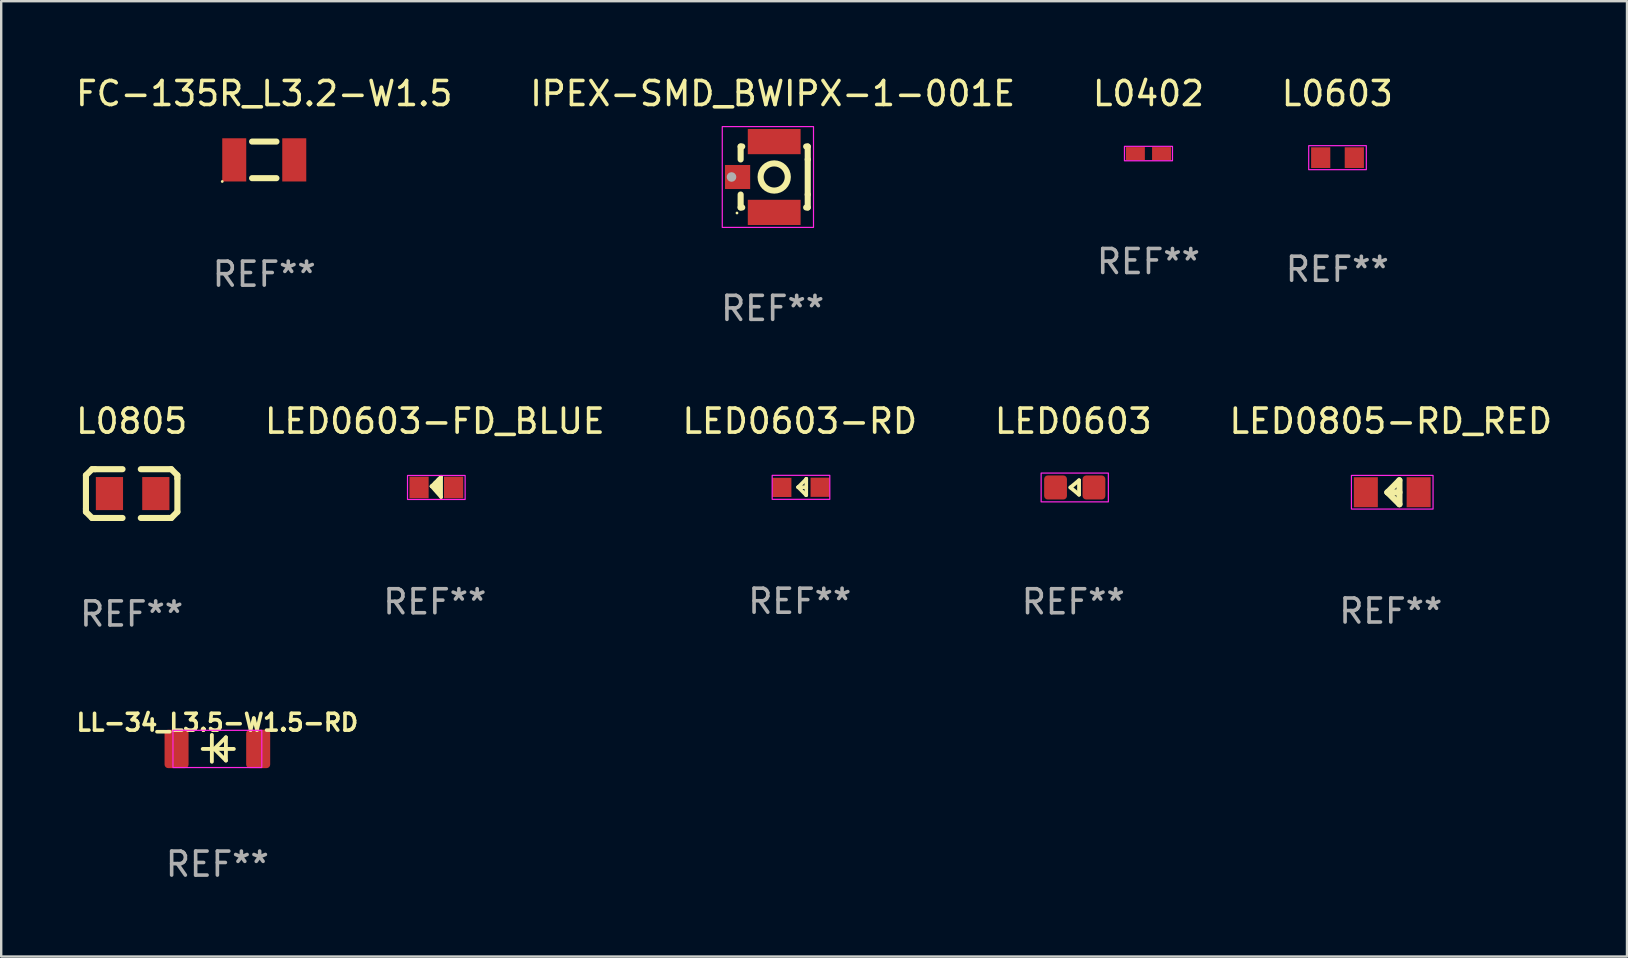
<source format=kicad_pcb>
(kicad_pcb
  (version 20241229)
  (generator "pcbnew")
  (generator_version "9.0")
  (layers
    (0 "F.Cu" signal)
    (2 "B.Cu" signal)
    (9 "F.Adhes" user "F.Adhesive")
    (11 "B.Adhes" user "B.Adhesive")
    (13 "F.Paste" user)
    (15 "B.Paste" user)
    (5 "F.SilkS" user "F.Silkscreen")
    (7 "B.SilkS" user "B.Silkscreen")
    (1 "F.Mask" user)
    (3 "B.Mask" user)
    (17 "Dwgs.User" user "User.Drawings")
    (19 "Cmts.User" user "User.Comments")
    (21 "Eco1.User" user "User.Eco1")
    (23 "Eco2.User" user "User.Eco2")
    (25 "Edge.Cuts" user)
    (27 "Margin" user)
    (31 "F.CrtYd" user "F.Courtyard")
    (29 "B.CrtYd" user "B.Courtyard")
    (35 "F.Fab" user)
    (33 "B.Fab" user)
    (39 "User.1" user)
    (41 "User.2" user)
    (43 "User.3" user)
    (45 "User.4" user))
  (footprint "LED0805-RD_RED"
    (layer "F.Cu")
    (at 54.947 17.455)
    (property "Reference" "LED0805-RD_RED" (at -0.06 -2.96 0) (layer "F.SilkS") (effects (font (size 1 1) (thickness 0.15))))
    (attr through_hole)
    (fp_line (start -0.2 0.005) (end 0.295 -0.495) (stroke (width 0.254) (type solid)) (layer "F.SilkS"))
    (fp_line (start -0.2 0.005) (end 0.3 0.5) (stroke (width 0.254) (type solid)) (layer "F.SilkS"))
    (fp_line (start 0.3 -0.5) (end 0.3 0.5) (stroke (width 0.254) (type solid)) (layer "F.SilkS"))
    (fp_line (start 0.3 0.005) (end -0.2 0.005) (stroke (width 0.254) (type solid)) (layer "F.SilkS"))
    (fp_rect (start -1.7 -0.7) (end 1.7 0.7) (stroke (width 0.05) (type default)) (fill no) (layer "F.CrtYd"))
    (fp_text user "REF**" (at -0.06 4.95 0) (layer "F.Fab") (effects (font (size 1 1) (thickness 0.15))))
    (pad "1" smd rect (at -1.1 -0.000102 180) (size 1 1.25) (layers "F.Cu" "F.Mask" "F.Paste"))
    (pad "2" smd rect (at 1.1 -0.000102 180) (size 1 1.25) (layers "F.Cu" "F.Mask" "F.Paste")))
  (footprint "L0603"
    (layer "F.Cu")
    (at 52.667 3.518)
    (property "Reference" "L0603" (at -0.007 -2.67 0) (layer "F.SilkS") (effects (font (size 1 1) (thickness 0.15))))
    (attr through_hole)
    (fp_rect (start -1.2 -0.5) (end 1.2 0.5) (stroke (width 0.05) (type default)) (fill no) (layer "F.CrtYd"))
    (fp_text user "REF**" (at -0.007 4.651 0) (layer "F.Fab") (effects (font (size 1 1) (thickness 0.15))))
    (pad "1" smd rect (at -0.7 0 180) (size 0.8 0.864) (layers "F.Cu" "F.Mask" "F.Paste"))
    (pad "2" smd rect (at 0.7 0 180) (size 0.8 0.864) (layers "F.Cu" "F.Mask" "F.Paste")))
  (footprint "IPEX-SMD_BWIPX-1-001E"
    (layer "F.Cu")
    (at 28.438 4.323)
    (property "Reference" "IPEX-SMD_BWIPX-1-001E" (at 0.699 -3.475 0) (layer "F.SilkS") (effects (font (size 1 1) (thickness 0.15))))
    (attr through_hole)
    (fp_line (start -0.635 -1.27) (end -0.635 -0.731) (stroke (width 0.254) (type solid)) (layer "F.SilkS"))
    (fp_line (start -0.635 0.731) (end -0.635 1.27) (stroke (width 0.254) (type solid)) (layer "F.SilkS"))
    (fp_line (start -0.635 1.27) (end -0.569 1.27) (stroke (width 0.254) (type solid)) (layer "F.SilkS"))
    (fp_line (start -0.569 -1.27) (end -0.635 -1.27) (stroke (width 0.254) (type solid)) (layer "F.SilkS"))
    (fp_line (start 2.094 1.27) (end 2.16 1.27) (stroke (width 0.254) (type solid)) (layer "F.SilkS"))
    (fp_line (start 2.16 -1.27) (end 2.094 -1.27) (stroke (width 0.254) (type solid)) (layer "F.SilkS"))
    (fp_line (start 2.16 -0.731) (end 2.16 -1.27) (stroke (width 0.254) (type solid)) (layer "F.SilkS"))
    (fp_line (start 2.16 -0.731) (end 2.16 0.731) (stroke (width 0.254) (type solid)) (layer "F.SilkS"))
    (fp_line (start 2.16 1.27) (end 2.16 0.731) (stroke (width 0.254) (type solid)) (layer "F.SilkS"))
    (fp_circle (center -0.787 1.5) (end -0.757 1.5) (stroke (width 0.06) (type solid)) (fill no) (layer "F.SilkS"))
    (fp_circle (center 0.763 0) (end 1.33 0) (stroke (width 0.254) (type solid)) (fill no) (layer "F.SilkS"))
    (fp_rect (start -1.4 -2.1) (end 2.4 2.1) (stroke (width 0.05) (type default)) (fill no) (layer "F.CrtYd"))
    (fp_circle (center -1.015 0) (end -0.915 0) (stroke (width 0.2) (type solid)) (fill no) (layer "F.Fab"))
    (fp_text user "REF**" (at 0.699 5.475 0) (layer "F.Fab") (effects (font (size 1 1) (thickness 0.15))))
    (pad "1" smd rect (at -0.763 0 180) (size 1.05 1) (layers "F.Cu" "F.Mask" "F.Paste"))
    (pad "2" smd rect (at 0.763 1.475 180) (size 2.2 1.05) (layers "F.Cu" "F.Mask" "F.Paste"))
    (pad "3" smd rect (at 0.763 -1.475 180) (size 2.2 1.05) (layers "F.Cu" "F.Mask" "F.Paste")))
  (footprint "LED0603"
    (layer "F.Cu")
    (at 41.721 17.257)
    (property "Reference" "LED0603" (at -0.061 -2.762 0) (layer "F.SilkS") (effects (font (size 1 1) (thickness 0.15))))
    (attr through_hole)
    (fp_line (start -0.18 0) (end 0.18 -0.3) (stroke (width 0.16) (type default)) (layer "F.SilkS"))
    (fp_line (start 0.18 -0.3) (end 0.18 0.3) (stroke (width 0.16) (type default)) (layer "F.SilkS"))
    (fp_line (start 0.18 0.3) (end -0.18 0) (stroke (width 0.16) (type default)) (layer "F.SilkS"))
    (fp_rect (start -1.4 -0.6) (end 1.4 0.6) (stroke (width 0.05) (type default)) (fill no) (layer "F.CrtYd"))
    (fp_text user "REF**" (at -0.061 4.762 0) (layer "F.Fab") (effects (font (size 1 1) (thickness 0.15))))
    (pad "1" smd roundrect (at -0.8 0 180) (size 0.95 1) (layers "F.Cu" "F.Mask" "F.Paste") (roundrect_rratio 0.158))
    (pad "2" smd roundrect (at 0.8 0 180) (size 0.95 1) (layers "F.Cu" "F.Mask" "F.Paste") (roundrect_rratio 0.158)))
  (footprint "L0402"
    (layer "F.Cu")
    (at 44.792 3.347)
    (property "Reference" "L0402" (at 0 -2.499 0) (layer "F.SilkS") (effects (font (size 1 1) (thickness 0.15))))
    (attr through_hole)
    (fp_rect (start -1 -0.3) (end 1 0.3) (stroke (width 0.05) (type default)) (fill no) (layer "F.CrtYd"))
    (fp_text user "REF**" (at 0 4.499 0) (layer "F.Fab") (effects (font (size 1 1) (thickness 0.15))))
    (pad "1" smd rect (at -0.545 0) (size 0.79 0.54) (layers "F.Cu" "F.Mask" "F.Paste"))
    (pad "2" smd rect (at 0.545 0) (size 0.79 0.54) (layers "F.Cu" "F.Mask" "F.Paste")))
  (footprint "LED0603-FD_BLUE"
    (layer "F.Cu")
    (at 15.126 17.257)
    (property "Reference" "LED0603-FD_BLUE" (at -0.061 -2.762 0) (layer "F.SilkS") (effects (font (size 1 1) (thickness 0.15))))
    (attr through_hole)
    (fp_line (start -0.2 -0.05) (end 0.2 0.4) (stroke (width 0.15) (type solid)) (layer "F.SilkS"))
    (fp_line (start -0.044 -0.206) (end -0.044 0.102) (stroke (width 0.15) (type solid)) (layer "F.SilkS"))
    (fp_line (start 0.087 -0.337) (end 0.087 0.149) (stroke (width 0.15) (type solid)) (layer "F.SilkS"))
    (fp_line (start 0.087 0.149) (end 0.043 0.193) (stroke (width 0.15) (type solid)) (layer "F.SilkS"))
    (fp_line (start 0.1 -0.05) (end -0.2 -0.05) (stroke (width 0.15) (type solid)) (layer "F.SilkS"))
    (fp_line (start 0.192 -0.442) (end -0.2 -0.05) (stroke (width 0.15) (type solid)) (layer "F.SilkS"))
    (fp_line (start 0.2 0.4) (end 0.2 -0.45) (stroke (width 0.15) (type solid)) (layer "F.SilkS"))
    (fp_rect (start -1.2 -0.5) (end 1.2 0.5) (stroke (width 0.05) (type default)) (fill no) (layer "F.CrtYd"))
    (fp_text user "REF**" (at -0.061 4.762 0) (layer "F.Fab") (effects (font (size 1 1) (thickness 0.15))))
    (pad "1" smd rect (at -0.72 0 180) (size 0.8 0.9) (layers "F.Cu" "F.Mask" "F.Paste"))
    (pad "2" smd rect (at 0.72 0 180) (size 0.8 0.9) (layers "F.Cu" "F.Mask" "F.Paste")))
  (footprint "L0805"
    (layer "F.Cu")
    (at 2.475 17.511)
    (property "Reference" "L0805" (at -0.04 -3.016 0) (layer "F.SilkS") (effects (font (size 1 1) (thickness 0.15))))
    (attr through_hole)
    (fp_line (start -1.945 -0.762) (end -1.945 0.635) (stroke (width 0.254) (type solid)) (layer "F.SilkS"))
    (fp_line (start -1.945 0.635) (end -1.945 0.762) (stroke (width 0.254) (type solid)) (layer "F.SilkS"))
    (fp_line (start -1.945 0.762) (end -1.691 1.016) (stroke (width 0.254) (type solid)) (layer "F.SilkS"))
    (fp_line (start -1.691 -1.016) (end -1.945 -0.762) (stroke (width 0.254) (type solid)) (layer "F.SilkS"))
    (fp_line (start -1.691 1.016) (end -0.421 1.016) (stroke (width 0.254) (type solid)) (layer "F.SilkS"))
    (fp_line (start -1.564 -1.016) (end -1.691 -1.016) (stroke (width 0.254) (type solid)) (layer "F.SilkS"))
    (fp_line (start -0.421 -1.016) (end -1.564 -1.016) (stroke (width 0.254) (type solid)) (layer "F.SilkS"))
    (fp_line (start 0.341 1.016) (end 1.484 1.016) (stroke (width 0.254) (type solid)) (layer "F.SilkS"))
    (fp_line (start 1.484 1.016) (end 1.611 1.016) (stroke (width 0.254) (type solid)) (layer "F.SilkS"))
    (fp_line (start 1.611 -1.016) (end 0.341 -1.016) (stroke (width 0.254) (type solid)) (layer "F.SilkS"))
    (fp_line (start 1.611 1.016) (end 1.865 0.762) (stroke (width 0.254) (type solid)) (layer "F.SilkS"))
    (fp_line (start 1.865 -0.762) (end 1.611 -1.016) (stroke (width 0.254) (type solid)) (layer "F.SilkS"))
    (fp_line (start 1.865 -0.635) (end 1.865 -0.762) (stroke (width 0.254) (type solid)) (layer "F.SilkS"))
    (fp_line (start 1.865 0.762) (end 1.865 -0.635) (stroke (width 0.254) (type solid)) (layer "F.SilkS"))
    (fp_text user "REF**" (at -0.04 5.016 0) (layer "F.Fab") (effects (font (size 1 1) (thickness 0.15))))
    (pad "1" smd rect (at -0.966 0) (size 1.133 1.377) (layers "F.Cu" "F.Mask" "F.Paste"))
    (pad "2" smd rect (at 0.966 0) (size 1.133 1.377) (layers "F.Cu" "F.Mask" "F.Paste")))
  (footprint "FC-135R_L3.2-W1.5"
    (layer "F.Cu")
    (at 7.958 3.61)
    (property "Reference" "FC-135R_L3.2-W1.5" (at 0 -2.762 0) (layer "F.SilkS") (effects (font (size 1 1) (thickness 0.15))))
    (attr through_hole)
    (fp_line (start -0.508 -0.762) (end 0.508 -0.762) (stroke (width 0.254) (type solid)) (layer "F.SilkS"))
    (fp_line (start 0.508 0.762) (end -0.508 0.762) (stroke (width 0.254) (type solid)) (layer "F.SilkS"))
    (fp_circle (center -1.75 0.9) (end -1.72 0.9) (stroke (width 0.06) (type solid)) (fill no) (layer "F.SilkS"))
    (fp_text user "REF**" (at 0 4.762 0) (layer "F.Fab") (effects (font (size 1 1) (thickness 0.15))))
    (pad "1" smd rect (at -1.25 0.000127 90) (size 1.8 1) (layers "F.Cu" "F.Mask" "F.Paste"))
    (pad "2" smd rect (at 1.25 0.000127 90) (size 1.8 1) (layers "F.Cu" "F.Mask" "F.Paste")))
  (footprint "LED0603-RD"
    (layer "F.Cu")
    (at 30.317 17.251)
    (property "Reference" "LED0603-RD" (at -0.05 -2.757 0) (layer "F.SilkS") (effects (font (size 1 1) (thickness 0.15))))
    (attr through_hole)
    (fp_line (start 0.21 0.324) (end -0.12 -0.007) (stroke (width 0.15) (type solid)) (layer "F.SilkS"))
    (fp_line (start 0.22 -0.357) (end 0.22 -0.347) (stroke (width 0.15) (type solid)) (layer "F.SilkS"))
    (fp_line (start 0.22 -0.357) (end 0.22 0.324) (stroke (width 0.15) (type solid)) (layer "F.SilkS"))
    (fp_line (start 0.22 -0.347) (end -0.12 -0.007) (stroke (width 0.15) (type solid)) (layer "F.SilkS"))
    (fp_line (start 0.22 -0.007) (end -0.12 -0.007) (stroke (width 0.15) (type solid)) (layer "F.SilkS"))
    (fp_line (start 0.22 0.324) (end 0.21 0.324) (stroke (width 0.15) (type solid)) (layer "F.SilkS"))
    (fp_rect (start -1.2 -0.5) (end 1.2 0.5) (stroke (width 0.05) (type default)) (fill no) (layer "F.CrtYd"))
    (fp_text user "REF**" (at -0.05 4.746 0) (layer "F.Fab") (effects (font (size 1 1) (thickness 0.15))))
    (pad "1" smd rect (at -0.799 0.003 90) (size 0.8 0.8) (layers "F.Cu" "F.Mask" "F.Paste"))
    (pad "2" smd rect (at 0.799 -0.003 90) (size 0.8 0.8) (layers "F.Cu" "F.Mask" "F.Paste")))
  (footprint "LL-34_L3.5-W1.5-RD"
    (layer "F.Cu")
    (at 6.005 28.148)
    (property "Reference" "LL-34_L3.5-W1.5-RD" (at 0 -1.1 0) (layer "F.SilkS") (effects (font (size 0.7 0.7) (thickness 0.15))))
    (attr through_hole)
    (fp_line (start -0.61 0) (end 0.686 0) (stroke (width 0.16) (type solid)) (layer "F.SilkS"))
    (fp_line (start -0.229 -0.584) (end -0.229 0.533) (stroke (width 0.16) (type solid)) (layer "F.SilkS"))
    (fp_line (start -0.127 0) (end 0.356 -0.483) (stroke (width 0.16) (type solid)) (layer "F.SilkS"))
    (fp_line (start 0.356 -0.483) (end 0.356 0.483) (stroke (width 0.16) (type solid)) (layer "F.SilkS"))
    (fp_line (start 0.356 0.483) (end -0.102 0.025) (stroke (width 0.16) (type solid)) (layer "F.SilkS"))
    (fp_rect (start -1.85 -0.775) (end 1.85 0.775) (stroke (width 0.05) (type default)) (fill no) (layer "F.CrtYd"))
    (fp_text user "REF**" (at 0 4.8 0) (layer "F.Fab") (effects (font (size 1 1) (thickness 0.15))))
    (pad "1" smd roundrect (at -1.7 0 180) (size 1 1.6) (layers "F.Cu" "F.Mask" "F.Paste") (roundrect_rratio 0.15))
    (pad "2" smd roundrect (at 1.7 0 180) (size 1 1.6) (layers "F.Cu" "F.Mask" "F.Paste") (roundrect_rratio 0.15)))
  (gr_rect
    (start -3 -3)
    (end 64.726 36.796)
    (stroke (width 0.1) (type default))
    (fill no)
    (layer "Edge.Cuts")))
</source>
